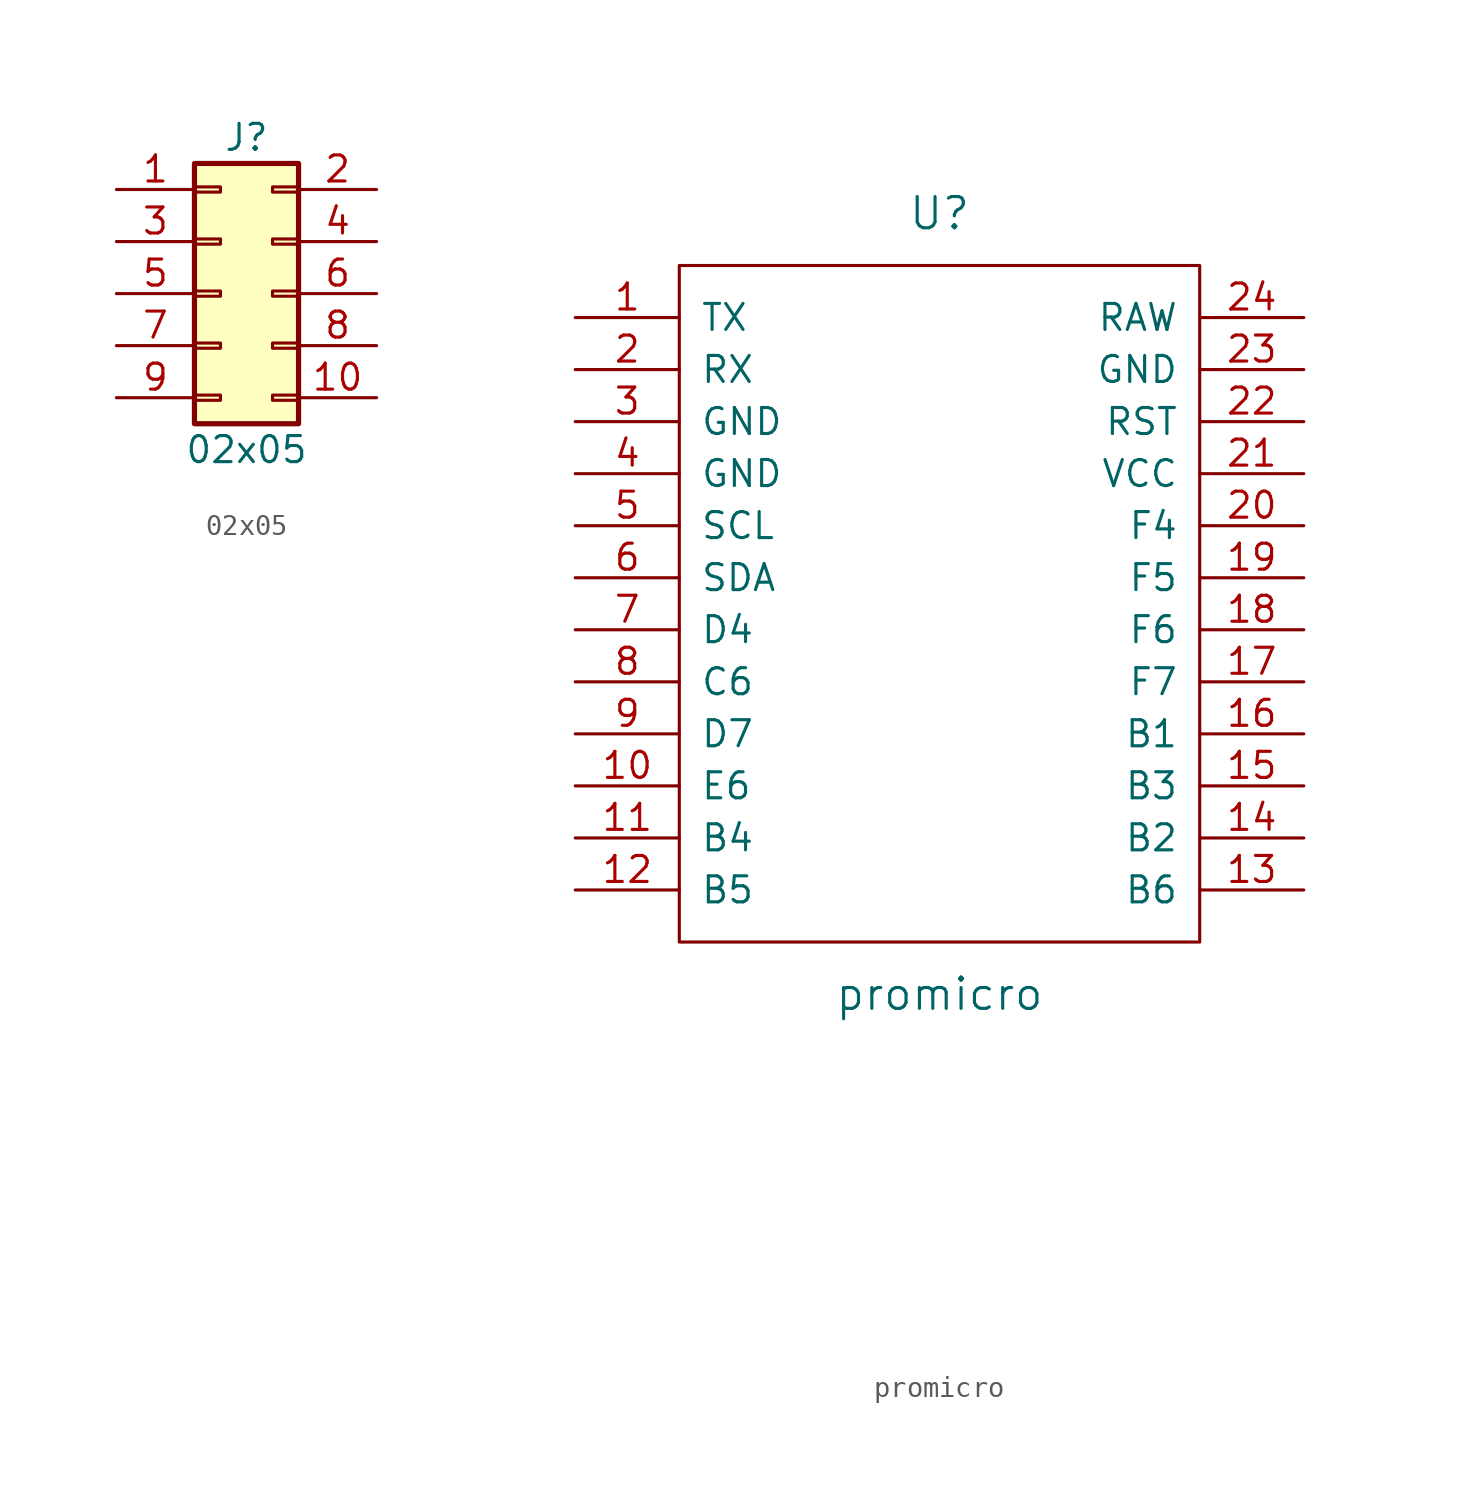
<source format=kicad_sym>
(kicad_symbol_lib
  (version 20211014)
  (generator kicad_symbol_editor)
  (symbol "02x05"
    (pin_names
      (offset 1.016) hide)
    (property "Reference" "J"
      (at 1.27 7.62 0)
      (effects (font (size 1.27 1.27))))
    (property "Value" "02x05"
      (at 1.27 -7.62 0)
      (effects (font (size 1.27 1.27))))
    (symbol "02x05_1_1"
      (rectangle (start -1.27 -4.953) (end 0 -5.207) (stroke (width 0.152) (type default) (color 0 0 0 0)) (fill (type none)))
      (rectangle (start -1.27 -2.413) (end 0 -2.667) (stroke (width 0.152) (type default) (color 0 0 0 0)) (fill (type none)))
      (rectangle (start -1.27 0.127) (end 0 -0.127) (stroke (width 0.152) (type default) (color 0 0 0 0)) (fill (type none)))
      (rectangle (start -1.27 2.667) (end 0 2.413) (stroke (width 0.152) (type default) (color 0 0 0 0)) (fill (type none)))
      (rectangle (start -1.27 5.207) (end 0 4.953) (stroke (width 0.152) (type default) (color 0 0 0 0)) (fill (type none)))
      (rectangle (start -1.27 6.35) (end 3.81 -6.35) (stroke (width 0.254) (type default) (color 0 0 0 0)) (fill (type background)))
      (rectangle (start 3.81 -4.953) (end 2.54 -5.207) (stroke (width 0.152) (type default) (color 0 0 0 0)) (fill (type none)))
      (rectangle (start 3.81 -2.413) (end 2.54 -2.667) (stroke (width 0.152) (type default) (color 0 0 0 0)) (fill (type none)))
      (rectangle (start 3.81 0.127) (end 2.54 -0.127) (stroke (width 0.152) (type default) (color 0 0 0 0)) (fill (type none)))
      (rectangle (start 3.81 2.667) (end 2.54 2.413) (stroke (width 0.152) (type default) (color 0 0 0 0)) (fill (type none)))
      (rectangle (start 3.81 5.207) (end 2.54 4.953) (stroke (width 0.152) (type default) (color 0 0 0 0)) (fill (type none)))
      (pin passive line (at -5.08 5.08 0) (length 3.81) (name "Pin_1" (effects (font (size 1.27 1.27)))) (number "1" (effects (font (size 1.27 1.27)))))
      (pin passive line (at 7.62 -5.08 180) (length 3.81) (name "Pin_10" (effects (font (size 1.27 1.27)))) (number "10" (effects (font (size 1.27 1.27)))))
      (pin passive line (at 7.62 5.08 180) (length 3.81) (name "Pin_2" (effects (font (size 1.27 1.27)))) (number "2" (effects (font (size 1.27 1.27)))))
      (pin passive line (at -5.08 2.54 0) (length 3.81) (name "Pin_3" (effects (font (size 1.27 1.27)))) (number "3" (effects (font (size 1.27 1.27)))))
      (pin passive line (at 7.62 2.54 180) (length 3.81) (name "Pin_4" (effects (font (size 1.27 1.27)))) (number "4" (effects (font (size 1.27 1.27)))))
      (pin passive line (at -5.08 0 0) (length 3.81) (name "Pin_5" (effects (font (size 1.27 1.27)))) (number "5" (effects (font (size 1.27 1.27)))))
      (pin passive line (at 7.62 0 180) (length 3.81) (name "Pin_6" (effects (font (size 1.27 1.27)))) (number "6" (effects (font (size 1.27 1.27)))))
      (pin passive line (at -5.08 -2.54 0) (length 3.81) (name "Pin_7" (effects (font (size 1.27 1.27)))) (number "7" (effects (font (size 1.27 1.27)))))
      (pin passive line (at 7.62 -2.54 180) (length 3.81) (name "Pin_8" (effects (font (size 1.27 1.27)))) (number "8" (effects (font (size 1.27 1.27)))))
      (pin passive line (at -5.08 -5.08 0) (length 3.81) (name "Pin_9" (effects (font (size 1.27 1.27)))) (number "9" (effects (font (size 1.27 1.27)))))))
  (symbol "promicro"
    (pin_names
      (offset 1.016))
    (property "Reference" "U"
      (at 0 24.13 0)
      (effects (font (size 1.524 1.524))))
    (property "Value" "promicro"
      (at 0 -13.97 0)
      (effects (font (size 1.524 1.524))))
    (property "Footprint" ""
      (at 2.54 -26.67 0)
      (effects (font (size 1.524 1.524))))
    (property "Datasheet" ""
      (at 2.54 -26.67 0)
      (effects (font (size 1.524 1.524))))
    (symbol "promicro_0_1"
      (rectangle (start -12.7 21.59) (end 12.7 -11.43) (stroke (width 0) (type default) (color 0 0 0 0)) (fill (type none))))
    (symbol "promicro_1_1"
      (pin bidirectional line (at -17.78 19.05 0) (length 5.08) (name "TX" (effects (font (size 1.27 1.27)))) (number "1" (effects (font (size 1.27 1.27)))))
      (pin bidirectional line (at -17.78 -3.81 0) (length 5.08) (name "E6" (effects (font (size 1.27 1.27)))) (number "10" (effects (font (size 1.27 1.27)))))
      (pin bidirectional line (at -17.78 -6.35 0) (length 5.08) (name "B4" (effects (font (size 1.27 1.27)))) (number "11" (effects (font (size 1.27 1.27)))))
      (pin bidirectional line (at -17.78 -8.89 0) (length 5.08) (name "B5" (effects (font (size 1.27 1.27)))) (number "12" (effects (font (size 1.27 1.27)))))
      (pin bidirectional line (at 17.78 -8.89 180) (length 5.08) (name "B6" (effects (font (size 1.27 1.27)))) (number "13" (effects (font (size 1.27 1.27)))))
      (pin bidirectional line (at 17.78 -6.35 180) (length 5.08) (name "B2" (effects (font (size 1.27 1.27)))) (number "14" (effects (font (size 1.27 1.27)))))
      (pin bidirectional line (at 17.78 -3.81 180) (length 5.08) (name "B3" (effects (font (size 1.27 1.27)))) (number "15" (effects (font (size 1.27 1.27)))))
      (pin bidirectional line (at 17.78 -1.27 180) (length 5.08) (name "B1" (effects (font (size 1.27 1.27)))) (number "16" (effects (font (size 1.27 1.27)))))
      (pin bidirectional line (at 17.78 1.27 180) (length 5.08) (name "F7" (effects (font (size 1.27 1.27)))) (number "17" (effects (font (size 1.27 1.27)))))
      (pin bidirectional line (at 17.78 3.81 180) (length 5.08) (name "F6" (effects (font (size 1.27 1.27)))) (number "18" (effects (font (size 1.27 1.27)))))
      (pin bidirectional line (at 17.78 6.35 180) (length 5.08) (name "F5" (effects (font (size 1.27 1.27)))) (number "19" (effects (font (size 1.27 1.27)))))
      (pin bidirectional line (at -17.78 16.51 0) (length 5.08) (name "RX" (effects (font (size 1.27 1.27)))) (number "2" (effects (font (size 1.27 1.27)))))
      (pin bidirectional line (at 17.78 8.89 180) (length 5.08) (name "F4" (effects (font (size 1.27 1.27)))) (number "20" (effects (font (size 1.27 1.27)))))
      (pin power_in line (at 17.78 11.43 180) (length 5.08) (name "VCC" (effects (font (size 1.27 1.27)))) (number "21" (effects (font (size 1.27 1.27)))))
      (pin input line (at 17.78 13.97 180) (length 5.08) (name "RST" (effects (font (size 1.27 1.27)))) (number "22" (effects (font (size 1.27 1.27)))))
      (pin power_in line (at 17.78 16.51 180) (length 5.08) (name "GND" (effects (font (size 1.27 1.27)))) (number "23" (effects (font (size 1.27 1.27)))))
      (pin power_out line (at 17.78 19.05 180) (length 5.08) (name "RAW" (effects (font (size 1.27 1.27)))) (number "24" (effects (font (size 1.27 1.27)))))
      (pin power_in line (at -17.78 13.97 0) (length 5.08) (name "GND" (effects (font (size 1.27 1.27)))) (number "3" (effects (font (size 1.27 1.27)))))
      (pin power_in line (at -17.78 11.43 0) (length 5.08) (name "GND" (effects (font (size 1.27 1.27)))) (number "4" (effects (font (size 1.27 1.27)))))
      (pin bidirectional line (at -17.78 8.89 0) (length 5.08) (name "SCL" (effects (font (size 1.27 1.27)))) (number "5" (effects (font (size 1.27 1.27)))))
      (pin bidirectional line (at -17.78 6.35 0) (length 5.08) (name "SDA" (effects (font (size 1.27 1.27)))) (number "6" (effects (font (size 1.27 1.27)))))
      (pin bidirectional line (at -17.78 3.81 0) (length 5.08) (name "D4" (effects (font (size 1.27 1.27)))) (number "7" (effects (font (size 1.27 1.27)))))
      (pin bidirectional line (at -17.78 1.27 0) (length 5.08) (name "C6" (effects (font (size 1.27 1.27)))) (number "8" (effects (font (size 1.27 1.27)))))
      (pin bidirectional line (at -17.78 -1.27 0) (length 5.08) (name "D7" (effects (font (size 1.27 1.27)))) (number "9" (effects (font (size 1.27 1.27))))))))
</source>
